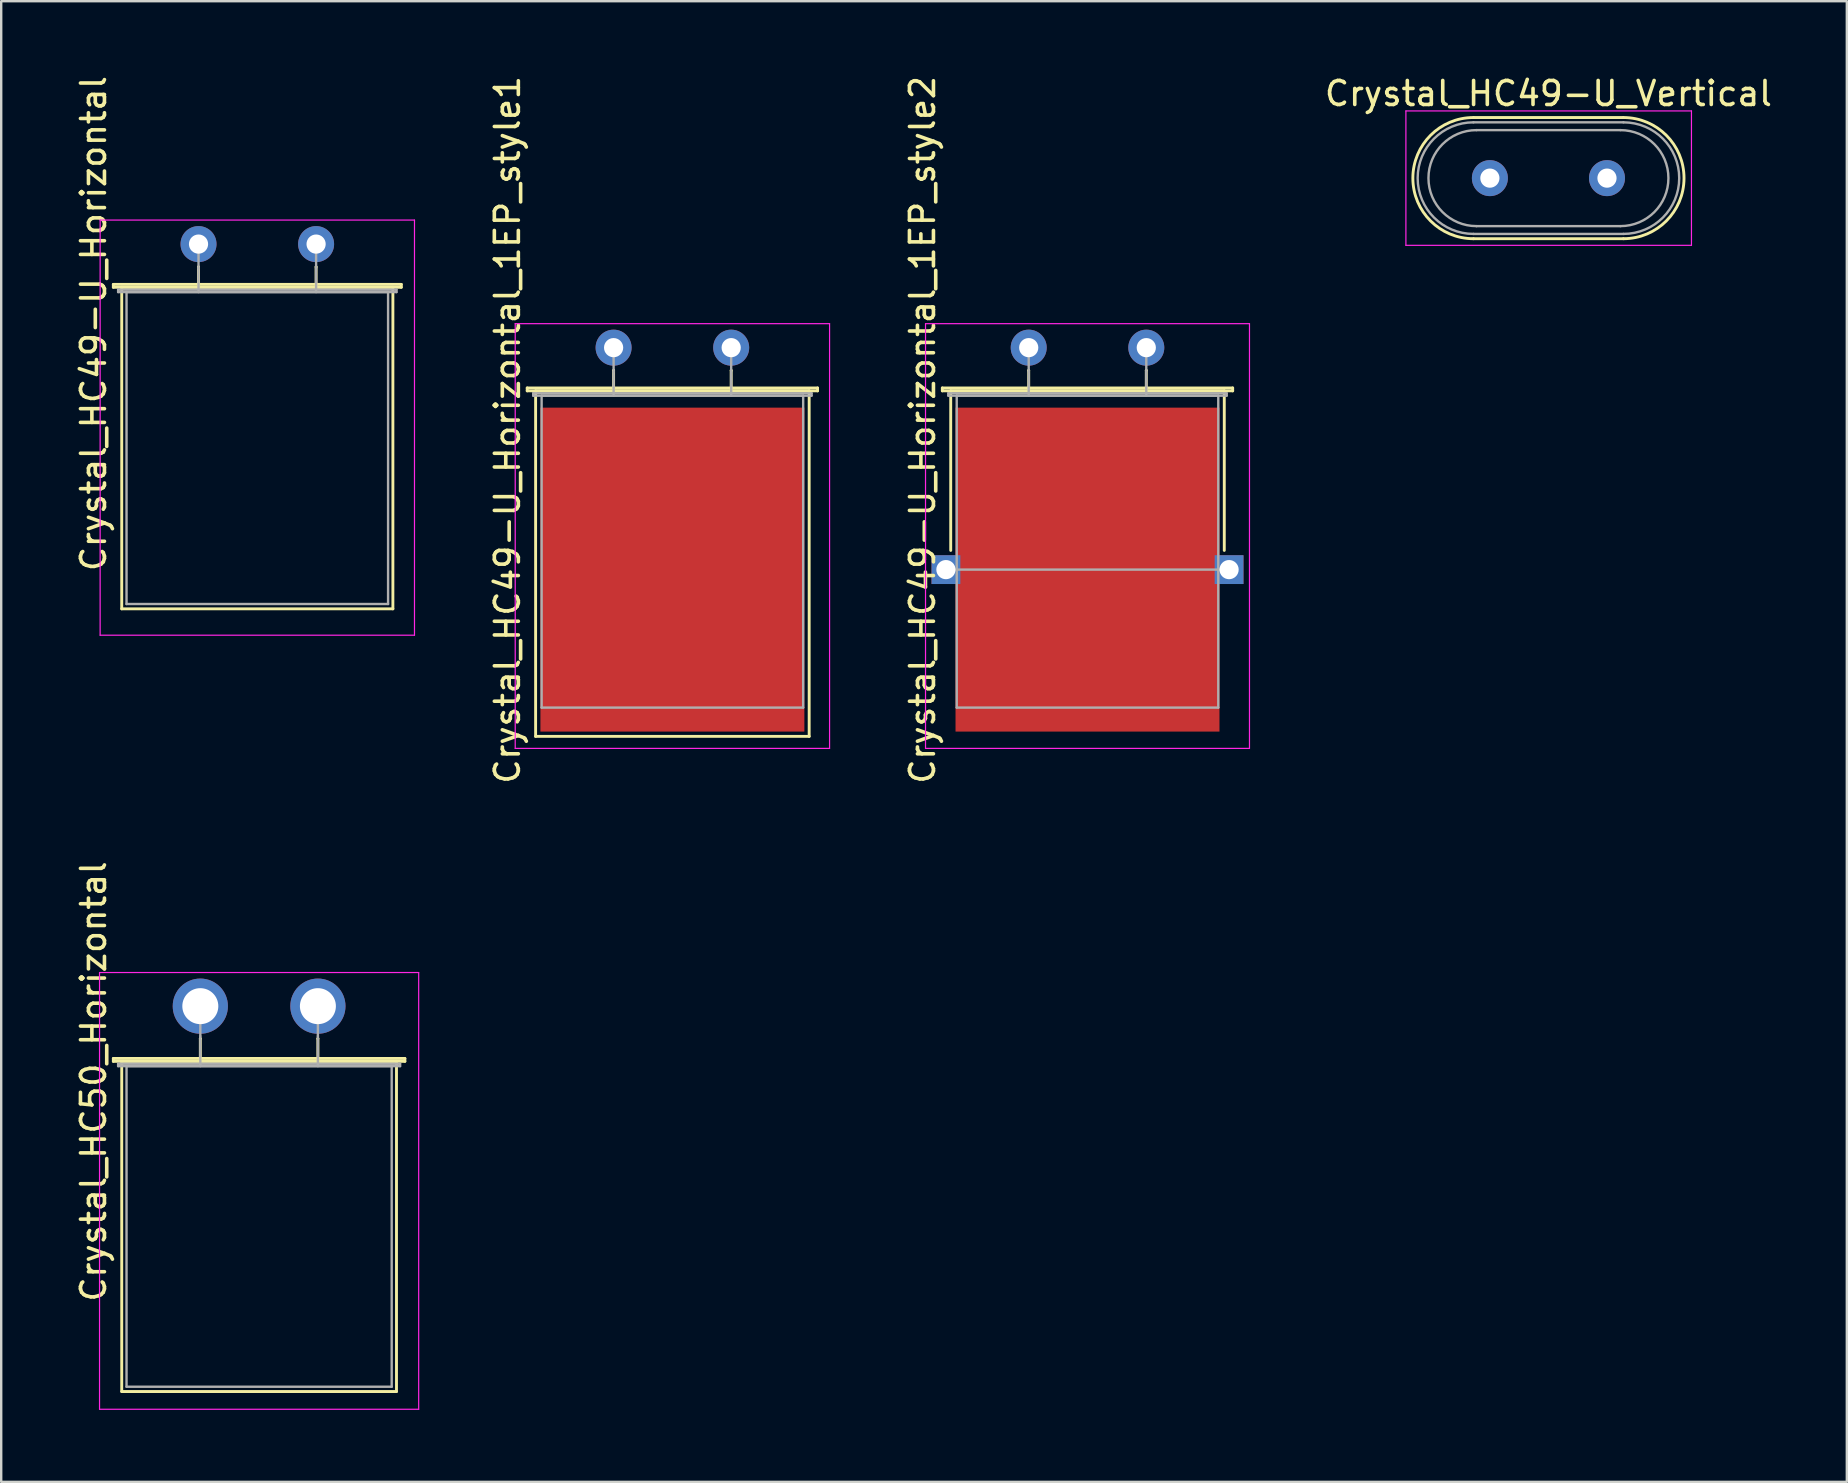
<source format=kicad_pcb>
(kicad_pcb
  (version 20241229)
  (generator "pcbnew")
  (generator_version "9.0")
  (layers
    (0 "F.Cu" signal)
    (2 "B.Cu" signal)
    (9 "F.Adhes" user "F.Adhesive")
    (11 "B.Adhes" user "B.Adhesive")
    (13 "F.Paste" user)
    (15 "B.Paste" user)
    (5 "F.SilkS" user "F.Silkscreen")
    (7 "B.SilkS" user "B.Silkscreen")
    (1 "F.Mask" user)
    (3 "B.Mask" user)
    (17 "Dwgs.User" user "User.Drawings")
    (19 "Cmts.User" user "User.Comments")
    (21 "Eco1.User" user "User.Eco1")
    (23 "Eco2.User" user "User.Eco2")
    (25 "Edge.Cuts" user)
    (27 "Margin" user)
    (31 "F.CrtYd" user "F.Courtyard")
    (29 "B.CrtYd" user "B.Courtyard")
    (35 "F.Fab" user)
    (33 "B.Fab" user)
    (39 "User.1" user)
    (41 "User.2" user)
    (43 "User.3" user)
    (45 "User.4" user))
  (footprint "Crystal_HC49-U_Horizontal_1EP_style1"
    (layer "F.Cu")
    (at 22.521 11.438)
    (property "Reference" "Crystal_HC49-U_Horizontal_1EP_style1" (at -4.425 3.425 90) (layer "F.SilkS") (effects (font (size 1 1) (thickness 0.15))))
    (attr through_hole)
    (fp_line (start -3.6 1.68) (end 8.5 1.68) (stroke (width 0.12) (type solid)) (layer "F.SilkS"))
    (fp_line (start -3.6 1.8) (end -3.6 1.68) (stroke (width 0.12) (type solid)) (layer "F.SilkS"))
    (fp_line (start -3.25 1.8) (end -3.25 16.2) (stroke (width 0.12) (type solid)) (layer "F.SilkS"))
    (fp_line (start -3.25 16.2) (end 8.15 16.2) (stroke (width 0.12) (type solid)) (layer "F.SilkS"))
    (fp_line (start 0 0.95) (end 0 0.95) (stroke (width 0.12) (type solid)) (layer "F.SilkS"))
    (fp_line (start 0 1.8) (end 0 0.95) (stroke (width 0.12) (type solid)) (layer "F.SilkS"))
    (fp_line (start 4.9 0.95) (end 4.9 0.95) (stroke (width 0.12) (type solid)) (layer "F.SilkS"))
    (fp_line (start 4.9 1.8) (end 4.9 0.95) (stroke (width 0.12) (type solid)) (layer "F.SilkS"))
    (fp_line (start 8.15 1.8) (end -3.25 1.8) (stroke (width 0.12) (type solid)) (layer "F.SilkS"))
    (fp_line (start 8.15 16.2) (end 8.15 1.8) (stroke (width 0.12) (type solid)) (layer "F.SilkS"))
    (fp_line (start 8.5 1.68) (end 8.5 1.8) (stroke (width 0.12) (type solid)) (layer "F.SilkS"))
    (fp_line (start 8.5 1.8) (end -3.6 1.8) (stroke (width 0.12) (type solid)) (layer "F.SilkS"))
    (fp_line (start -4.1 -1) (end -4.1 16.7) (stroke (width 0.05) (type solid)) (layer "F.CrtYd"))
    (fp_line (start -4.1 16.7) (end 9 16.7) (stroke (width 0.05) (type solid)) (layer "F.CrtYd"))
    (fp_line (start 9 -1) (end -4.1 -1) (stroke (width 0.05) (type solid)) (layer "F.CrtYd"))
    (fp_line (start 9 16.7) (end 9 -1) (stroke (width 0.05) (type solid)) (layer "F.CrtYd"))
    (fp_line (start -3.35 1.9) (end 8.25 1.9) (stroke (width 0.1) (type solid)) (layer "F.Fab"))
    (fp_line (start -3.35 2) (end -3.35 1.9) (stroke (width 0.1) (type solid)) (layer "F.Fab"))
    (fp_line (start -3 2) (end -3 15) (stroke (width 0.1) (type solid)) (layer "F.Fab"))
    (fp_line (start -3 15) (end 7.9 15) (stroke (width 0.1) (type solid)) (layer "F.Fab"))
    (fp_line (start 0 1) (end 0 0) (stroke (width 0.1) (type solid)) (layer "F.Fab"))
    (fp_line (start 0 2) (end 0 1) (stroke (width 0.1) (type solid)) (layer "F.Fab"))
    (fp_line (start 4.9 1) (end 4.9 0) (stroke (width 0.1) (type solid)) (layer "F.Fab"))
    (fp_line (start 4.9 2) (end 4.9 1) (stroke (width 0.1) (type solid)) (layer "F.Fab"))
    (fp_line (start 7.9 2) (end -3 2) (stroke (width 0.1) (type solid)) (layer "F.Fab"))
    (fp_line (start 7.9 15) (end 7.9 2) (stroke (width 0.1) (type solid)) (layer "F.Fab"))
    (fp_line (start 8.25 1.9) (end 8.25 2) (stroke (width 0.1) (type solid)) (layer "F.Fab"))
    (fp_line (start 8.25 2) (end -3.35 2) (stroke (width 0.1) (type solid)) (layer "F.Fab"))
    (pad "1" thru_hole circle (at 0 0) (size 1.5 1.5) (drill 0.8) (layers "*.Cu" "*.Mask"))
    (pad "2" thru_hole circle (at 4.9 0) (size 1.5 1.5) (drill 0.8) (layers "*.Cu" "*.Mask"))
    (pad "3" smd rect (at 2.45 9.25) (size 11 13.5) (layers "F.Cu" "F.Mask")))
  (footprint "Crystal_HC49-U_Horizontal"
    (layer "F.Cu")
    (at 5.223 7.122)
    (property "Reference" "Crystal_HC49-U_Horizontal" (at -4.375 3.312 90) (layer "F.SilkS") (effects (font (size 1 1) (thickness 0.15))))
    (attr through_hole)
    (fp_line (start -3.55 1.68) (end 8.45 1.68) (stroke (width 0.12) (type solid)) (layer "F.SilkS"))
    (fp_line (start -3.55 1.8) (end -3.55 1.68) (stroke (width 0.12) (type solid)) (layer "F.SilkS"))
    (fp_line (start -3.2 1.8) (end -3.2 15.2) (stroke (width 0.12) (type solid)) (layer "F.SilkS"))
    (fp_line (start -3.2 15.2) (end 8.1 15.2) (stroke (width 0.12) (type solid)) (layer "F.SilkS"))
    (fp_line (start 0 0.95) (end 0 0.95) (stroke (width 0.12) (type solid)) (layer "F.SilkS"))
    (fp_line (start 0 1.8) (end 0 0.95) (stroke (width 0.12) (type solid)) (layer "F.SilkS"))
    (fp_line (start 4.9 0.95) (end 4.9 0.95) (stroke (width 0.12) (type solid)) (layer "F.SilkS"))
    (fp_line (start 4.9 1.8) (end 4.9 0.95) (stroke (width 0.12) (type solid)) (layer "F.SilkS"))
    (fp_line (start 8.1 1.8) (end -3.2 1.8) (stroke (width 0.12) (type solid)) (layer "F.SilkS"))
    (fp_line (start 8.1 15.2) (end 8.1 1.8) (stroke (width 0.12) (type solid)) (layer "F.SilkS"))
    (fp_line (start 8.45 1.68) (end 8.45 1.8) (stroke (width 0.12) (type solid)) (layer "F.SilkS"))
    (fp_line (start 8.45 1.8) (end -3.55 1.8) (stroke (width 0.12) (type solid)) (layer "F.SilkS"))
    (fp_line (start -4.1 -1) (end -4.1 16.3) (stroke (width 0.05) (type solid)) (layer "F.CrtYd"))
    (fp_line (start -4.1 16.3) (end 9 16.3) (stroke (width 0.05) (type solid)) (layer "F.CrtYd"))
    (fp_line (start 9 -1) (end -4.1 -1) (stroke (width 0.05) (type solid)) (layer "F.CrtYd"))
    (fp_line (start 9 16.3) (end 9 -1) (stroke (width 0.05) (type solid)) (layer "F.CrtYd"))
    (fp_line (start -3.35 1.9) (end 8.25 1.9) (stroke (width 0.1) (type solid)) (layer "F.Fab"))
    (fp_line (start -3.35 2) (end -3.35 1.9) (stroke (width 0.1) (type solid)) (layer "F.Fab"))
    (fp_line (start -3 2) (end -3 15) (stroke (width 0.1) (type solid)) (layer "F.Fab"))
    (fp_line (start -3 15) (end 7.9 15) (stroke (width 0.1) (type solid)) (layer "F.Fab"))
    (fp_line (start 0 1) (end 0 0) (stroke (width 0.1) (type solid)) (layer "F.Fab"))
    (fp_line (start 0 2) (end 0 1) (stroke (width 0.1) (type solid)) (layer "F.Fab"))
    (fp_line (start 4.9 1) (end 4.9 0) (stroke (width 0.1) (type solid)) (layer "F.Fab"))
    (fp_line (start 4.9 2) (end 4.9 1) (stroke (width 0.1) (type solid)) (layer "F.Fab"))
    (fp_line (start 7.9 2) (end -3 2) (stroke (width 0.1) (type solid)) (layer "F.Fab"))
    (fp_line (start 7.9 15) (end 7.9 2) (stroke (width 0.1) (type solid)) (layer "F.Fab"))
    (fp_line (start 8.25 1.9) (end 8.25 2) (stroke (width 0.1) (type solid)) (layer "F.Fab"))
    (fp_line (start 8.25 2) (end -3.35 2) (stroke (width 0.1) (type solid)) (layer "F.Fab"))
    (pad "1" thru_hole circle (at 0 0) (size 1.5 1.5) (drill 0.8) (layers "*.Cu" "*.Mask"))
    (pad "2" thru_hole circle (at 4.9 0) (size 1.5 1.5) (drill 0.8) (layers "*.Cu" "*.Mask")))
  (footprint "Crystal_HC50_Horizontal"
    (layer "F.Cu")
    (at 5.298 38.88)
    (property "Reference" "Crystal_HC50_Horizontal" (at -4.45 3.138 90) (layer "F.SilkS") (effects (font (size 1 1) (thickness 0.15))))
    (attr through_hole)
    (fp_line (start -3.625 2.18) (end 8.525 2.18) (stroke (width 0.12) (type solid)) (layer "F.SilkS"))
    (fp_line (start -3.625 2.3) (end -3.625 2.18) (stroke (width 0.12) (type solid)) (layer "F.SilkS"))
    (fp_line (start -3.275 2.3) (end -3.275 16.06) (stroke (width 0.12) (type solid)) (layer "F.SilkS"))
    (fp_line (start -3.275 16.06) (end 8.175 16.06) (stroke (width 0.12) (type solid)) (layer "F.SilkS"))
    (fp_line (start 0 1.35) (end 0 1.35) (stroke (width 0.12) (type solid)) (layer "F.SilkS"))
    (fp_line (start 0 2.3) (end 0 1.35) (stroke (width 0.12) (type solid)) (layer "F.SilkS"))
    (fp_line (start 4.9 1.35) (end 4.9 1.35) (stroke (width 0.12) (type solid)) (layer "F.SilkS"))
    (fp_line (start 4.9 2.3) (end 4.9 1.35) (stroke (width 0.12) (type solid)) (layer "F.SilkS"))
    (fp_line (start 8.175 2.3) (end -3.275 2.3) (stroke (width 0.12) (type solid)) (layer "F.SilkS"))
    (fp_line (start 8.175 16.06) (end 8.175 2.3) (stroke (width 0.12) (type solid)) (layer "F.SilkS"))
    (fp_line (start 8.525 2.18) (end 8.525 2.3) (stroke (width 0.12) (type solid)) (layer "F.SilkS"))
    (fp_line (start 8.525 2.3) (end -3.625 2.3) (stroke (width 0.12) (type solid)) (layer "F.SilkS"))
    (fp_line (start -4.2 -1.4) (end -4.2 16.8) (stroke (width 0.05) (type solid)) (layer "F.CrtYd"))
    (fp_line (start -4.2 16.8) (end 9.1 16.8) (stroke (width 0.05) (type solid)) (layer "F.CrtYd"))
    (fp_line (start 9.1 -1.4) (end -4.2 -1.4) (stroke (width 0.05) (type solid)) (layer "F.CrtYd"))
    (fp_line (start 9.1 16.8) (end 9.1 -1.4) (stroke (width 0.05) (type solid)) (layer "F.CrtYd"))
    (fp_line (start -3.425 2.4) (end 8.325 2.4) (stroke (width 0.1) (type solid)) (layer "F.Fab"))
    (fp_line (start -3.425 2.5) (end -3.425 2.4) (stroke (width 0.1) (type solid)) (layer "F.Fab"))
    (fp_line (start -3.075 2.5) (end -3.075 15.86) (stroke (width 0.1) (type solid)) (layer "F.Fab"))
    (fp_line (start -3.075 15.86) (end 7.975 15.86) (stroke (width 0.1) (type solid)) (layer "F.Fab"))
    (fp_line (start 0 1.25) (end 0 0) (stroke (width 0.1) (type solid)) (layer "F.Fab"))
    (fp_line (start 0 2.5) (end 0 1.25) (stroke (width 0.1) (type solid)) (layer "F.Fab"))
    (fp_line (start 4.9 1.25) (end 4.9 0) (stroke (width 0.1) (type solid)) (layer "F.Fab"))
    (fp_line (start 4.9 2.5) (end 4.9 1.25) (stroke (width 0.1) (type solid)) (layer "F.Fab"))
    (fp_line (start 7.975 2.5) (end -3.075 2.5) (stroke (width 0.1) (type solid)) (layer "F.Fab"))
    (fp_line (start 7.975 15.86) (end 7.975 2.5) (stroke (width 0.1) (type solid)) (layer "F.Fab"))
    (fp_line (start 8.325 2.4) (end 8.325 2.5) (stroke (width 0.1) (type solid)) (layer "F.Fab"))
    (fp_line (start 8.325 2.5) (end -3.425 2.5) (stroke (width 0.1) (type solid)) (layer "F.Fab"))
    (pad "1" thru_hole circle (at 0 0) (size 2.3 2.3) (drill 1.5) (layers "*.Cu" "*.Mask"))
    (pad "2" thru_hole circle (at 4.9 0) (size 2.3 2.3) (drill 1.5) (layers "*.Cu" "*.Mask")))
  (footprint "Crystal_HC49-U_Vertical"
    (layer "F.Cu")
    (at 59.039 4.373)
    (property "Reference" "Crystal_HC49-U_Vertical" (at 2.44 -3.525 0) (layer "F.SilkS") (effects (font (size 1 1) (thickness 0.15))))
    (attr through_hole)
    (fp_line (start -0.685 -2.525) (end 5.565 -2.525) (stroke (width 0.12) (type solid)) (layer "F.SilkS"))
    (fp_line (start -0.685 2.525) (end 5.565 2.525) (stroke (width 0.12) (type solid)) (layer "F.SilkS"))
    (fp_arc (start -0.685 2.525) (mid -3.21 0) (end -0.685 -2.525) (stroke (width 0.12) (type solid)) (layer "F.SilkS"))
    (fp_arc (start 5.565 -2.525) (mid 8.09 0) (end 5.565 2.525) (stroke (width 0.12) (type solid)) (layer "F.SilkS"))
    (fp_line (start -3.5 -2.8) (end -3.5 2.8) (stroke (width 0.05) (type solid)) (layer "F.CrtYd"))
    (fp_line (start -3.5 2.8) (end 8.4 2.8) (stroke (width 0.05) (type solid)) (layer "F.CrtYd"))
    (fp_line (start 8.4 -2.8) (end -3.5 -2.8) (stroke (width 0.05) (type solid)) (layer "F.CrtYd"))
    (fp_line (start 8.4 2.8) (end 8.4 -2.8) (stroke (width 0.05) (type solid)) (layer "F.CrtYd"))
    (fp_line (start -0.685 -2.325) (end 5.565 -2.325) (stroke (width 0.1) (type solid)) (layer "F.Fab"))
    (fp_line (start -0.685 2.325) (end 5.565 2.325) (stroke (width 0.1) (type solid)) (layer "F.Fab"))
    (fp_line (start -0.56 -2) (end 5.44 -2) (stroke (width 0.1) (type solid)) (layer "F.Fab"))
    (fp_line (start -0.56 2) (end 5.44 2) (stroke (width 0.1) (type solid)) (layer "F.Fab"))
    (fp_arc (start -0.685 2.325) (mid -3.01 0) (end -0.685 -2.325) (stroke (width 0.1) (type solid)) (layer "F.Fab"))
    (fp_arc (start -0.56 2) (mid -2.56 0) (end -0.56 -2) (stroke (width 0.1) (type solid)) (layer "F.Fab"))
    (fp_arc (start 5.44 -2) (mid 7.44 0) (end 5.44 2) (stroke (width 0.1) (type solid)) (layer "F.Fab"))
    (fp_arc (start 5.565 -2.325) (mid 7.89 0) (end 5.565 2.325) (stroke (width 0.1) (type solid)) (layer "F.Fab"))
    (pad "1" thru_hole circle (at 0 0) (size 1.5 1.5) (drill 0.8) (layers "*.Cu" "*.Mask"))
    (pad "2" thru_hole circle (at 4.88 0) (size 1.5 1.5) (drill 0.8) (layers "*.Cu" "*.Mask")))
  (footprint "Crystal_HC49-U_Horizontal_1EP_style2"
    (layer "F.Cu")
    (at 39.82 11.438)
    (property "Reference" "Crystal_HC49-U_Horizontal_1EP_style2" (at -4.425 3.425 90) (layer "F.SilkS") (effects (font (size 1 1) (thickness 0.15))))
    (attr through_hole)
    (fp_line (start -3.6 1.68) (end 8.5 1.68) (stroke (width 0.12) (type solid)) (layer "F.SilkS"))
    (fp_line (start -3.6 1.8) (end -3.6 1.68) (stroke (width 0.12) (type solid)) (layer "F.SilkS"))
    (fp_line (start -3.25 1.8) (end 8.15 1.8) (stroke (width 0.12) (type solid)) (layer "F.SilkS"))
    (fp_line (start -3.25 8.45) (end -3.25 1.8) (stroke (width 0.12) (type solid)) (layer "F.SilkS"))
    (fp_line (start 0 0.95) (end 0 0.95) (stroke (width 0.12) (type solid)) (layer "F.SilkS"))
    (fp_line (start 0 1.8) (end 0 0.95) (stroke (width 0.12) (type solid)) (layer "F.SilkS"))
    (fp_line (start 4.9 0.95) (end 4.9 0.95) (stroke (width 0.12) (type solid)) (layer "F.SilkS"))
    (fp_line (start 4.9 1.8) (end 4.9 0.95) (stroke (width 0.12) (type solid)) (layer "F.SilkS"))
    (fp_line (start 8.15 1.8) (end 8.15 8.45) (stroke (width 0.12) (type solid)) (layer "F.SilkS"))
    (fp_line (start 8.5 1.68) (end 8.5 1.8) (stroke (width 0.12) (type solid)) (layer "F.SilkS"))
    (fp_line (start 8.5 1.8) (end -3.6 1.8) (stroke (width 0.12) (type solid)) (layer "F.SilkS"))
    (fp_line (start -4.3 -1) (end -4.3 16.7) (stroke (width 0.05) (type solid)) (layer "F.CrtYd"))
    (fp_line (start -4.3 16.7) (end 9.2 16.7) (stroke (width 0.05) (type solid)) (layer "F.CrtYd"))
    (fp_line (start 9.2 -1) (end -4.3 -1) (stroke (width 0.05) (type solid)) (layer "F.CrtYd"))
    (fp_line (start 9.2 16.7) (end 9.2 -1) (stroke (width 0.05) (type solid)) (layer "F.CrtYd"))
    (fp_line (start -3.45 9.25) (end 8.35 9.25) (stroke (width 0.1) (type solid)) (layer "F.Fab"))
    (fp_line (start -3.35 1.9) (end 8.25 1.9) (stroke (width 0.1) (type solid)) (layer "F.Fab"))
    (fp_line (start -3.35 2) (end -3.35 1.9) (stroke (width 0.1) (type solid)) (layer "F.Fab"))
    (fp_line (start -3 2) (end -3 15) (stroke (width 0.1) (type solid)) (layer "F.Fab"))
    (fp_line (start -3 15) (end 7.9 15) (stroke (width 0.1) (type solid)) (layer "F.Fab"))
    (fp_line (start 0 1) (end 0 0) (stroke (width 0.1) (type solid)) (layer "F.Fab"))
    (fp_line (start 0 2) (end 0 1) (stroke (width 0.1) (type solid)) (layer "F.Fab"))
    (fp_line (start 4.9 1) (end 4.9 0) (stroke (width 0.1) (type solid)) (layer "F.Fab"))
    (fp_line (start 4.9 2) (end 4.9 1) (stroke (width 0.1) (type solid)) (layer "F.Fab"))
    (fp_line (start 7.9 2) (end -3 2) (stroke (width 0.1) (type solid)) (layer "F.Fab"))
    (fp_line (start 7.9 15) (end 7.9 2) (stroke (width 0.1) (type solid)) (layer "F.Fab"))
    (fp_line (start 8.25 1.9) (end 8.25 2) (stroke (width 0.1) (type solid)) (layer "F.Fab"))
    (fp_line (start 8.25 2) (end -3.35 2) (stroke (width 0.1) (type solid)) (layer "F.Fab"))
    (pad "1" thru_hole circle (at 0 0) (size 1.5 1.5) (drill 0.8) (layers "*.Cu" "*.Mask"))
    (pad "2" thru_hole circle (at 4.9 0) (size 1.5 1.5) (drill 0.8) (layers "*.Cu" "*.Mask"))
    (pad "3" thru_hole rect (at -3.45 9.25) (size 1.2 1.2) (drill 0.8) (layers "*.Cu" "*.Mask"))
    (pad "3" smd rect (at 2.45 9.25) (size 11 13.5) (layers "F.Cu" "F.Mask"))
    (pad "3" thru_hole rect (at 8.35 9.25) (size 1.2 1.2) (drill 0.8) (layers "*.Cu" "*.Mask")))
  (gr_rect
    (start -3 -3)
    (end 73.914 58.705)
    (stroke (width 0.1) (type default))
    (fill no)
    (layer "Edge.Cuts")))
</source>
